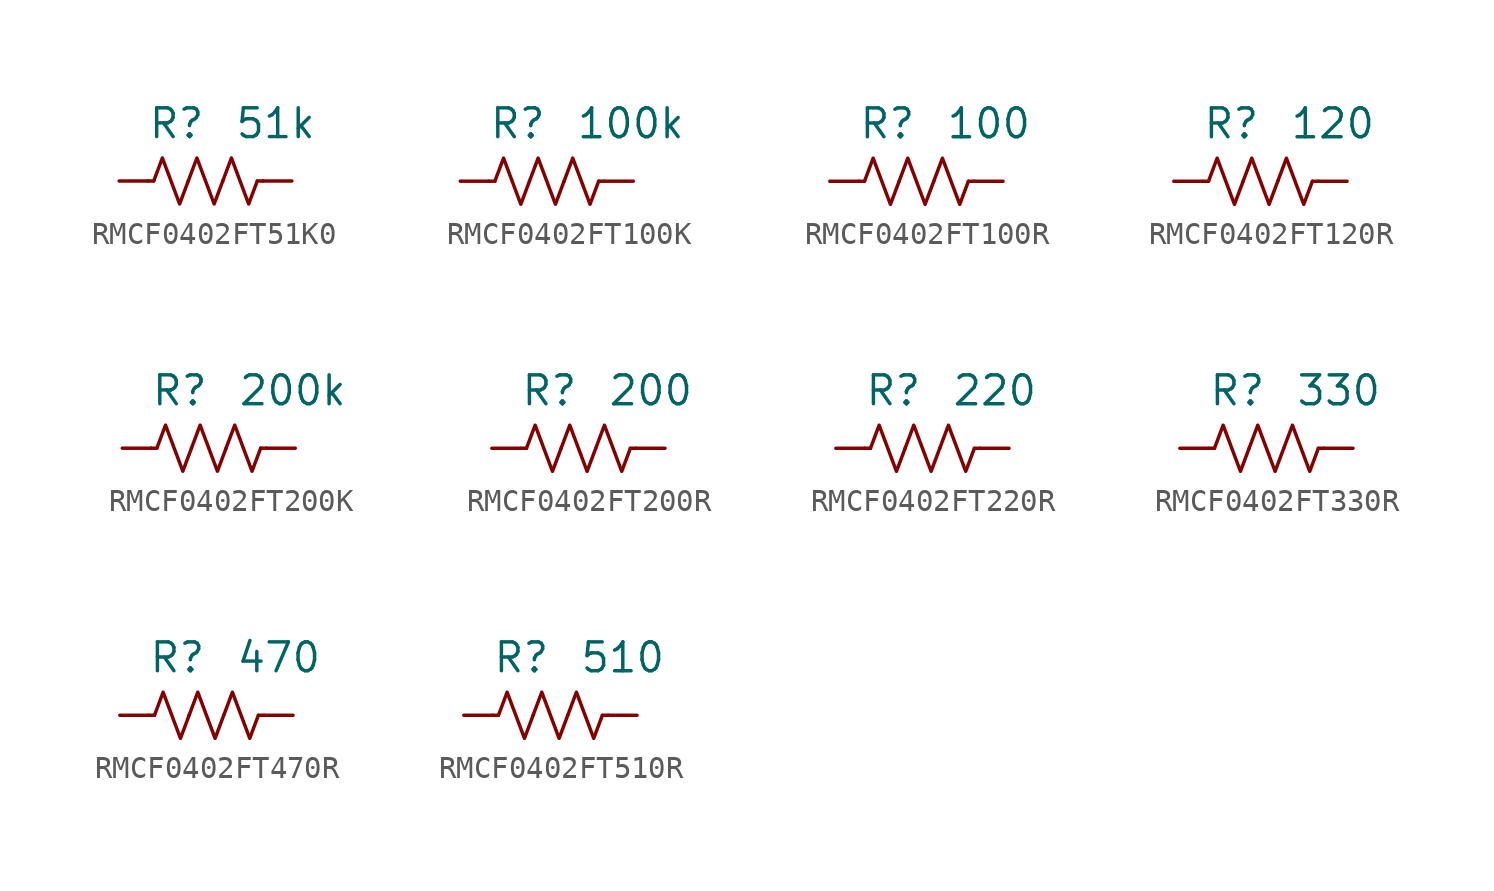
<source format=kicad_sym>
(kicad_symbol_lib
  (version 20241209)
  (generator "kicad_symbol_editor")
  (generator_version "9.0")
  (symbol "RMCF0402FT51K0"
    (pin_numbers
      (hide yes))
    (property "Reference" "R"
      (at 0 2.54 0)
      (effects (font (size 1.27 1.27)) (justify right)))
    (property "Value" "51k"
      (at 1.27 2.54 0)
      (effects (font (size 1.27 1.27)) (justify left)))
    (symbol "RMCF0402FT51K0_0_1"
      (polyline (pts (xy -2.286 0) (xy -2.54 0)) (stroke (width 0) (type default)) (fill (type none)))
      (polyline (pts (xy -2.286 0) (xy -1.905 1.016) (xy -1.524 0) (xy -1.143 -1.016) (xy -0.762 0)) (stroke (width 0) (type default)) (fill (type none)))
      (polyline (pts (xy -0.762 0) (xy -0.381 1.016) (xy 0 0) (xy 0.381 -1.016) (xy 0.762 0)) (stroke (width 0) (type default)) (fill (type none)))
      (polyline (pts (xy 0.762 0) (xy 1.143 1.016) (xy 1.524 0) (xy 1.905 -1.016) (xy 2.286 0)) (stroke (width 0) (type default)) (fill (type none)))
      (polyline (pts (xy 2.286 0) (xy 2.54 0)) (stroke (width 0) (type default)) (fill (type none))))
    (symbol "RMCF0402FT51K0_1_1"
      (pin passive line (at -3.81 0 0) (length 1.27) (name "~" (effects (font (size 1.27 1.27)))) (number "1" (effects (font (size 1.27 1.27)))))
      (pin passive line (at 3.81 0 180) (length 1.27) (name "~" (effects (font (size 1.27 1.27)))) (number "2" (effects (font (size 1.27 1.27)))))))
  (symbol "RMCF0402FT100K"
    (pin_numbers
      (hide yes))
    (property "Reference" "R"
      (at 0 2.54 0)
      (effects (font (size 1.27 1.27)) (justify right)))
    (property "Value" "100k"
      (at 1.27 2.54 0)
      (effects (font (size 1.27 1.27)) (justify left)))
    (symbol "RMCF0402FT100K_0_1"
      (polyline (pts (xy -2.286 0) (xy -2.54 0)) (stroke (width 0) (type default)) (fill (type none)))
      (polyline (pts (xy -2.286 0) (xy -1.905 1.016) (xy -1.524 0) (xy -1.143 -1.016) (xy -0.762 0)) (stroke (width 0) (type default)) (fill (type none)))
      (polyline (pts (xy -0.762 0) (xy -0.381 1.016) (xy 0 0) (xy 0.381 -1.016) (xy 0.762 0)) (stroke (width 0) (type default)) (fill (type none)))
      (polyline (pts (xy 0.762 0) (xy 1.143 1.016) (xy 1.524 0) (xy 1.905 -1.016) (xy 2.286 0)) (stroke (width 0) (type default)) (fill (type none)))
      (polyline (pts (xy 2.286 0) (xy 2.54 0)) (stroke (width 0) (type default)) (fill (type none))))
    (symbol "RMCF0402FT100K_1_1"
      (pin passive line (at -3.81 0 0) (length 1.27) (name "~" (effects (font (size 1.27 1.27)))) (number "1" (effects (font (size 1.27 1.27)))))
      (pin passive line (at 3.81 0 180) (length 1.27) (name "~" (effects (font (size 1.27 1.27)))) (number "2" (effects (font (size 1.27 1.27)))))))
  (symbol "RMCF0402FT100R"
    (pin_numbers
      (hide yes))
    (property "Reference" "R"
      (at 0 2.54 0)
      (effects (font (size 1.27 1.27)) (justify right)))
    (property "Value" "100"
      (at 1.27 2.54 0)
      (effects (font (size 1.27 1.27)) (justify left)))
    (symbol "RMCF0402FT100R_0_1"
      (polyline (pts (xy -2.286 0) (xy -2.54 0)) (stroke (width 0) (type default)) (fill (type none)))
      (polyline (pts (xy -2.286 0) (xy -1.905 1.016) (xy -1.524 0) (xy -1.143 -1.016) (xy -0.762 0)) (stroke (width 0) (type default)) (fill (type none)))
      (polyline (pts (xy -0.762 0) (xy -0.381 1.016) (xy 0 0) (xy 0.381 -1.016) (xy 0.762 0)) (stroke (width 0) (type default)) (fill (type none)))
      (polyline (pts (xy 0.762 0) (xy 1.143 1.016) (xy 1.524 0) (xy 1.905 -1.016) (xy 2.286 0)) (stroke (width 0) (type default)) (fill (type none)))
      (polyline (pts (xy 2.286 0) (xy 2.54 0)) (stroke (width 0) (type default)) (fill (type none))))
    (symbol "RMCF0402FT100R_1_1"
      (pin passive line (at -3.81 0 0) (length 1.27) (name "~" (effects (font (size 1.27 1.27)))) (number "1" (effects (font (size 1.27 1.27)))))
      (pin passive line (at 3.81 0 180) (length 1.27) (name "~" (effects (font (size 1.27 1.27)))) (number "2" (effects (font (size 1.27 1.27)))))))
  (symbol "RMCF0402FT120R"
    (pin_numbers
      (hide yes))
    (property "Reference" "R"
      (at 0 2.54 0)
      (effects (font (size 1.27 1.27)) (justify right)))
    (property "Value" "120"
      (at 1.27 2.54 0)
      (effects (font (size 1.27 1.27)) (justify left)))
    (symbol "RMCF0402FT120R_0_1"
      (polyline (pts (xy -2.286 0) (xy -2.54 0)) (stroke (width 0) (type default)) (fill (type none)))
      (polyline (pts (xy -2.286 0) (xy -1.905 1.016) (xy -1.524 0) (xy -1.143 -1.016) (xy -0.762 0)) (stroke (width 0) (type default)) (fill (type none)))
      (polyline (pts (xy -0.762 0) (xy -0.381 1.016) (xy 0 0) (xy 0.381 -1.016) (xy 0.762 0)) (stroke (width 0) (type default)) (fill (type none)))
      (polyline (pts (xy 0.762 0) (xy 1.143 1.016) (xy 1.524 0) (xy 1.905 -1.016) (xy 2.286 0)) (stroke (width 0) (type default)) (fill (type none)))
      (polyline (pts (xy 2.286 0) (xy 2.54 0)) (stroke (width 0) (type default)) (fill (type none))))
    (symbol "RMCF0402FT120R_1_1"
      (pin passive line (at -3.81 0 0) (length 1.27) (name "~" (effects (font (size 1.27 1.27)))) (number "1" (effects (font (size 1.27 1.27)))))
      (pin passive line (at 3.81 0 180) (length 1.27) (name "~" (effects (font (size 1.27 1.27)))) (number "2" (effects (font (size 1.27 1.27)))))))
  (symbol "RMCF0402FT200K"
    (pin_numbers
      (hide yes))
    (property "Reference" "R"
      (at 0 2.54 0)
      (effects (font (size 1.27 1.27)) (justify right)))
    (property "Value" "200k"
      (at 1.27 2.54 0)
      (effects (font (size 1.27 1.27)) (justify left)))
    (symbol "RMCF0402FT200K_0_1"
      (polyline (pts (xy -2.286 0) (xy -2.54 0)) (stroke (width 0) (type default)) (fill (type none)))
      (polyline (pts (xy -2.286 0) (xy -1.905 1.016) (xy -1.524 0) (xy -1.143 -1.016) (xy -0.762 0)) (stroke (width 0) (type default)) (fill (type none)))
      (polyline (pts (xy -0.762 0) (xy -0.381 1.016) (xy 0 0) (xy 0.381 -1.016) (xy 0.762 0)) (stroke (width 0) (type default)) (fill (type none)))
      (polyline (pts (xy 0.762 0) (xy 1.143 1.016) (xy 1.524 0) (xy 1.905 -1.016) (xy 2.286 0)) (stroke (width 0) (type default)) (fill (type none)))
      (polyline (pts (xy 2.286 0) (xy 2.54 0)) (stroke (width 0) (type default)) (fill (type none))))
    (symbol "RMCF0402FT200K_1_1"
      (pin passive line (at -3.81 0 0) (length 1.27) (name "~" (effects (font (size 1.27 1.27)))) (number "1" (effects (font (size 1.27 1.27)))))
      (pin passive line (at 3.81 0 180) (length 1.27) (name "~" (effects (font (size 1.27 1.27)))) (number "2" (effects (font (size 1.27 1.27)))))))
  (symbol "RMCF0402FT200R"
    (pin_numbers
      (hide yes))
    (property "Reference" "R"
      (at 0 2.54 0)
      (effects (font (size 1.27 1.27)) (justify right)))
    (property "Value" "200"
      (at 1.27 2.54 0)
      (effects (font (size 1.27 1.27)) (justify left)))
    (symbol "RMCF0402FT200R_0_1"
      (polyline (pts (xy -2.286 0) (xy -2.54 0)) (stroke (width 0) (type default)) (fill (type none)))
      (polyline (pts (xy -2.286 0) (xy -1.905 1.016) (xy -1.524 0) (xy -1.143 -1.016) (xy -0.762 0)) (stroke (width 0) (type default)) (fill (type none)))
      (polyline (pts (xy -0.762 0) (xy -0.381 1.016) (xy 0 0) (xy 0.381 -1.016) (xy 0.762 0)) (stroke (width 0) (type default)) (fill (type none)))
      (polyline (pts (xy 0.762 0) (xy 1.143 1.016) (xy 1.524 0) (xy 1.905 -1.016) (xy 2.286 0)) (stroke (width 0) (type default)) (fill (type none)))
      (polyline (pts (xy 2.286 0) (xy 2.54 0)) (stroke (width 0) (type default)) (fill (type none))))
    (symbol "RMCF0402FT200R_1_1"
      (pin passive line (at -3.81 0 0) (length 1.27) (name "~" (effects (font (size 1.27 1.27)))) (number "1" (effects (font (size 1.27 1.27)))))
      (pin passive line (at 3.81 0 180) (length 1.27) (name "~" (effects (font (size 1.27 1.27)))) (number "2" (effects (font (size 1.27 1.27)))))))
  (symbol "RMCF0402FT220R"
    (pin_numbers
      (hide yes))
    (property "Reference" "R"
      (at 0 2.54 0)
      (effects (font (size 1.27 1.27)) (justify right)))
    (property "Value" "220"
      (at 1.27 2.54 0)
      (effects (font (size 1.27 1.27)) (justify left)))
    (symbol "RMCF0402FT220R_0_1"
      (polyline (pts (xy -2.286 0) (xy -2.54 0)) (stroke (width 0) (type default)) (fill (type none)))
      (polyline (pts (xy -2.286 0) (xy -1.905 1.016) (xy -1.524 0) (xy -1.143 -1.016) (xy -0.762 0)) (stroke (width 0) (type default)) (fill (type none)))
      (polyline (pts (xy -0.762 0) (xy -0.381 1.016) (xy 0 0) (xy 0.381 -1.016) (xy 0.762 0)) (stroke (width 0) (type default)) (fill (type none)))
      (polyline (pts (xy 0.762 0) (xy 1.143 1.016) (xy 1.524 0) (xy 1.905 -1.016) (xy 2.286 0)) (stroke (width 0) (type default)) (fill (type none)))
      (polyline (pts (xy 2.286 0) (xy 2.54 0)) (stroke (width 0) (type default)) (fill (type none))))
    (symbol "RMCF0402FT220R_1_1"
      (pin passive line (at -3.81 0 0) (length 1.27) (name "~" (effects (font (size 1.27 1.27)))) (number "1" (effects (font (size 1.27 1.27)))))
      (pin passive line (at 3.81 0 180) (length 1.27) (name "~" (effects (font (size 1.27 1.27)))) (number "2" (effects (font (size 1.27 1.27)))))))
  (symbol "RMCF0402FT330R"
    (pin_numbers
      (hide yes))
    (property "Reference" "R"
      (at 0 2.54 0)
      (effects (font (size 1.27 1.27)) (justify right)))
    (property "Value" "330"
      (at 1.27 2.54 0)
      (effects (font (size 1.27 1.27)) (justify left)))
    (symbol "RMCF0402FT330R_0_1"
      (polyline (pts (xy -2.286 0) (xy -2.54 0)) (stroke (width 0) (type default)) (fill (type none)))
      (polyline (pts (xy -2.286 0) (xy -1.905 1.016) (xy -1.524 0) (xy -1.143 -1.016) (xy -0.762 0)) (stroke (width 0) (type default)) (fill (type none)))
      (polyline (pts (xy -0.762 0) (xy -0.381 1.016) (xy 0 0) (xy 0.381 -1.016) (xy 0.762 0)) (stroke (width 0) (type default)) (fill (type none)))
      (polyline (pts (xy 0.762 0) (xy 1.143 1.016) (xy 1.524 0) (xy 1.905 -1.016) (xy 2.286 0)) (stroke (width 0) (type default)) (fill (type none)))
      (polyline (pts (xy 2.286 0) (xy 2.54 0)) (stroke (width 0) (type default)) (fill (type none))))
    (symbol "RMCF0402FT330R_1_1"
      (pin passive line (at -3.81 0 0) (length 1.27) (name "~" (effects (font (size 1.27 1.27)))) (number "1" (effects (font (size 1.27 1.27)))))
      (pin passive line (at 3.81 0 180) (length 1.27) (name "~" (effects (font (size 1.27 1.27)))) (number "2" (effects (font (size 1.27 1.27)))))))
  (symbol "RMCF0402FT470R"
    (pin_numbers
      (hide yes))
    (property "Reference" "R"
      (at 0 2.54 0)
      (effects (font (size 1.27 1.27)) (justify right)))
    (property "Value" "470"
      (at 1.27 2.54 0)
      (effects (font (size 1.27 1.27)) (justify left)))
    (symbol "RMCF0402FT470R_0_1"
      (polyline (pts (xy -2.286 0) (xy -2.54 0)) (stroke (width 0) (type default)) (fill (type none)))
      (polyline (pts (xy -2.286 0) (xy -1.905 1.016) (xy -1.524 0) (xy -1.143 -1.016) (xy -0.762 0)) (stroke (width 0) (type default)) (fill (type none)))
      (polyline (pts (xy -0.762 0) (xy -0.381 1.016) (xy 0 0) (xy 0.381 -1.016) (xy 0.762 0)) (stroke (width 0) (type default)) (fill (type none)))
      (polyline (pts (xy 0.762 0) (xy 1.143 1.016) (xy 1.524 0) (xy 1.905 -1.016) (xy 2.286 0)) (stroke (width 0) (type default)) (fill (type none)))
      (polyline (pts (xy 2.286 0) (xy 2.54 0)) (stroke (width 0) (type default)) (fill (type none))))
    (symbol "RMCF0402FT470R_1_1"
      (pin passive line (at -3.81 0 0) (length 1.27) (name "~" (effects (font (size 1.27 1.27)))) (number "1" (effects (font (size 1.27 1.27)))))
      (pin passive line (at 3.81 0 180) (length 1.27) (name "~" (effects (font (size 1.27 1.27)))) (number "2" (effects (font (size 1.27 1.27)))))))
  (symbol "RMCF0402FT510R"
    (pin_numbers
      (hide yes))
    (property "Reference" "R"
      (at 0 2.54 0)
      (effects (font (size 1.27 1.27)) (justify right)))
    (property "Value" "510"
      (at 1.27 2.54 0)
      (effects (font (size 1.27 1.27)) (justify left)))
    (symbol "RMCF0402FT510R_0_1"
      (polyline (pts (xy -2.286 0) (xy -2.54 0)) (stroke (width 0) (type default)) (fill (type none)))
      (polyline (pts (xy -2.286 0) (xy -1.905 1.016) (xy -1.524 0) (xy -1.143 -1.016) (xy -0.762 0)) (stroke (width 0) (type default)) (fill (type none)))
      (polyline (pts (xy -0.762 0) (xy -0.381 1.016) (xy 0 0) (xy 0.381 -1.016) (xy 0.762 0)) (stroke (width 0) (type default)) (fill (type none)))
      (polyline (pts (xy 0.762 0) (xy 1.143 1.016) (xy 1.524 0) (xy 1.905 -1.016) (xy 2.286 0)) (stroke (width 0) (type default)) (fill (type none)))
      (polyline (pts (xy 2.286 0) (xy 2.54 0)) (stroke (width 0) (type default)) (fill (type none))))
    (symbol "RMCF0402FT510R_1_1"
      (pin passive line (at -3.81 0 0) (length 1.27) (name "~" (effects (font (size 1.27 1.27)))) (number "1" (effects (font (size 1.27 1.27)))))
      (pin passive line (at 3.81 0 180) (length 1.27) (name "~" (effects (font (size 1.27 1.27)))) (number "2" (effects (font (size 1.27 1.27))))))))
</source>
